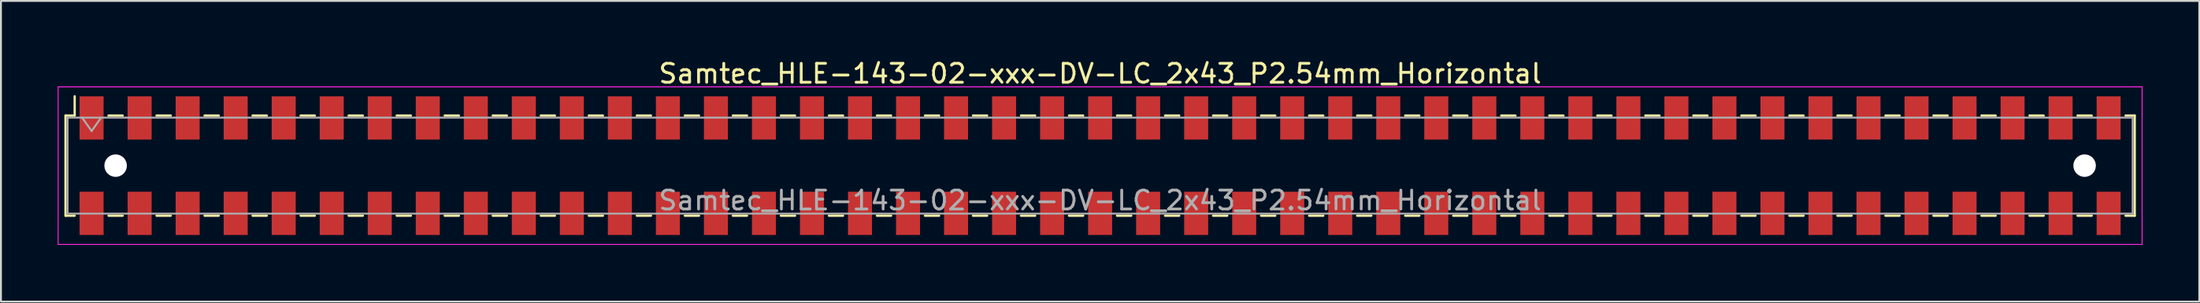
<source format=kicad_pcb>
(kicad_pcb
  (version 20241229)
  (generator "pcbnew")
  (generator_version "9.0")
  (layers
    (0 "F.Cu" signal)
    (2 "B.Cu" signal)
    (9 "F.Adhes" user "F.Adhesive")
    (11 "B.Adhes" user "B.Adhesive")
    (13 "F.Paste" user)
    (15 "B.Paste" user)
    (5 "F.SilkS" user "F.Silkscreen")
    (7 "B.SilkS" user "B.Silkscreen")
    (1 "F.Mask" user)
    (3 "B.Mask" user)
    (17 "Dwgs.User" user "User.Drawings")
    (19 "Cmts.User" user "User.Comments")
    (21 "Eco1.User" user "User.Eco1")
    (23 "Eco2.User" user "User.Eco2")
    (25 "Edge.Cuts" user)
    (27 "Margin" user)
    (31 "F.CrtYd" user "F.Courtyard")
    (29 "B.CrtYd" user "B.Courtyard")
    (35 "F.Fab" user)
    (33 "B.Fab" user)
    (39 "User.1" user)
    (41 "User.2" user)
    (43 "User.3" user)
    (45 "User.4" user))
  (footprint "Samtec_HLE-143-02-xxx-DV-LC_2x43_P2.54mm_Horizontal"
    (layer "F.Cu")
    (at 55.135 5.718)
    (property "Reference" "Samtec_HLE-143-02-xxx-DV-LC_2x43_P2.54mm_Horizontal" (at 0 -4.87 0) (layer "F.SilkS") (effects (font (size 1 1) (thickness 0.15))))
    (attr smd)
    (fp_line (start -54.72 -2.65) (end -54.72 2.65) (stroke (width 0.12) (type solid)) (layer "F.SilkS"))
    (fp_line (start -54.72 2.65) (end -54.235 2.65) (stroke (width 0.12) (type solid)) (layer "F.SilkS"))
    (fp_line (start -54.235 -3.67) (end -54.235 -2.65) (stroke (width 0.12) (type solid)) (layer "F.SilkS"))
    (fp_line (start -54.235 -2.65) (end -54.72 -2.65) (stroke (width 0.12) (type solid)) (layer "F.SilkS"))
    (fp_line (start -52.445 -2.65) (end -51.695 -2.65) (stroke (width 0.12) (type solid)) (layer "F.SilkS"))
    (fp_line (start -52.445 2.65) (end -51.695 2.65) (stroke (width 0.12) (type solid)) (layer "F.SilkS"))
    (fp_line (start -49.905 -2.65) (end -49.155 -2.65) (stroke (width 0.12) (type solid)) (layer "F.SilkS"))
    (fp_line (start -49.905 2.65) (end -49.155 2.65) (stroke (width 0.12) (type solid)) (layer "F.SilkS"))
    (fp_line (start -47.365 -2.65) (end -46.615 -2.65) (stroke (width 0.12) (type solid)) (layer "F.SilkS"))
    (fp_line (start -47.365 2.65) (end -46.615 2.65) (stroke (width 0.12) (type solid)) (layer "F.SilkS"))
    (fp_line (start -44.825 -2.65) (end -44.075 -2.65) (stroke (width 0.12) (type solid)) (layer "F.SilkS"))
    (fp_line (start -44.825 2.65) (end -44.075 2.65) (stroke (width 0.12) (type solid)) (layer "F.SilkS"))
    (fp_line (start -42.285 -2.65) (end -41.535 -2.65) (stroke (width 0.12) (type solid)) (layer "F.SilkS"))
    (fp_line (start -42.285 2.65) (end -41.535 2.65) (stroke (width 0.12) (type solid)) (layer "F.SilkS"))
    (fp_line (start -39.745 -2.65) (end -38.995 -2.65) (stroke (width 0.12) (type solid)) (layer "F.SilkS"))
    (fp_line (start -39.745 2.65) (end -38.995 2.65) (stroke (width 0.12) (type solid)) (layer "F.SilkS"))
    (fp_line (start -37.205 -2.65) (end -36.455 -2.65) (stroke (width 0.12) (type solid)) (layer "F.SilkS"))
    (fp_line (start -37.205 2.65) (end -36.455 2.65) (stroke (width 0.12) (type solid)) (layer "F.SilkS"))
    (fp_line (start -34.665 -2.65) (end -33.915 -2.65) (stroke (width 0.12) (type solid)) (layer "F.SilkS"))
    (fp_line (start -34.665 2.65) (end -33.915 2.65) (stroke (width 0.12) (type solid)) (layer "F.SilkS"))
    (fp_line (start -32.125 -2.65) (end -31.375 -2.65) (stroke (width 0.12) (type solid)) (layer "F.SilkS"))
    (fp_line (start -32.125 2.65) (end -31.375 2.65) (stroke (width 0.12) (type solid)) (layer "F.SilkS"))
    (fp_line (start -29.585 -2.65) (end -28.835 -2.65) (stroke (width 0.12) (type solid)) (layer "F.SilkS"))
    (fp_line (start -29.585 2.65) (end -28.835 2.65) (stroke (width 0.12) (type solid)) (layer "F.SilkS"))
    (fp_line (start -27.045 -2.65) (end -26.295 -2.65) (stroke (width 0.12) (type solid)) (layer "F.SilkS"))
    (fp_line (start -27.045 2.65) (end -26.295 2.65) (stroke (width 0.12) (type solid)) (layer "F.SilkS"))
    (fp_line (start -24.505 -2.65) (end -23.755 -2.65) (stroke (width 0.12) (type solid)) (layer "F.SilkS"))
    (fp_line (start -24.505 2.65) (end -23.755 2.65) (stroke (width 0.12) (type solid)) (layer "F.SilkS"))
    (fp_line (start -21.965 -2.65) (end -21.215 -2.65) (stroke (width 0.12) (type solid)) (layer "F.SilkS"))
    (fp_line (start -21.965 2.65) (end -21.215 2.65) (stroke (width 0.12) (type solid)) (layer "F.SilkS"))
    (fp_line (start -19.425 -2.65) (end -18.675 -2.65) (stroke (width 0.12) (type solid)) (layer "F.SilkS"))
    (fp_line (start -19.425 2.65) (end -18.675 2.65) (stroke (width 0.12) (type solid)) (layer "F.SilkS"))
    (fp_line (start -16.885 -2.65) (end -16.135 -2.65) (stroke (width 0.12) (type solid)) (layer "F.SilkS"))
    (fp_line (start -16.885 2.65) (end -16.135 2.65) (stroke (width 0.12) (type solid)) (layer "F.SilkS"))
    (fp_line (start -14.345 -2.65) (end -13.595 -2.65) (stroke (width 0.12) (type solid)) (layer "F.SilkS"))
    (fp_line (start -14.345 2.65) (end -13.595 2.65) (stroke (width 0.12) (type solid)) (layer "F.SilkS"))
    (fp_line (start -11.805 -2.65) (end -11.055 -2.65) (stroke (width 0.12) (type solid)) (layer "F.SilkS"))
    (fp_line (start -11.805 2.65) (end -11.055 2.65) (stroke (width 0.12) (type solid)) (layer "F.SilkS"))
    (fp_line (start -9.265 -2.65) (end -8.515 -2.65) (stroke (width 0.12) (type solid)) (layer "F.SilkS"))
    (fp_line (start -9.265 2.65) (end -8.515 2.65) (stroke (width 0.12) (type solid)) (layer "F.SilkS"))
    (fp_line (start -6.725 -2.65) (end -5.975 -2.65) (stroke (width 0.12) (type solid)) (layer "F.SilkS"))
    (fp_line (start -6.725 2.65) (end -5.975 2.65) (stroke (width 0.12) (type solid)) (layer "F.SilkS"))
    (fp_line (start -4.185 -2.65) (end -3.435 -2.65) (stroke (width 0.12) (type solid)) (layer "F.SilkS"))
    (fp_line (start -4.185 2.65) (end -3.435 2.65) (stroke (width 0.12) (type solid)) (layer "F.SilkS"))
    (fp_line (start -1.645 -2.65) (end -0.895 -2.65) (stroke (width 0.12) (type solid)) (layer "F.SilkS"))
    (fp_line (start -1.645 2.65) (end -0.895 2.65) (stroke (width 0.12) (type solid)) (layer "F.SilkS"))
    (fp_line (start 0.895 -2.65) (end 1.645 -2.65) (stroke (width 0.12) (type solid)) (layer "F.SilkS"))
    (fp_line (start 0.895 2.65) (end 1.645 2.65) (stroke (width 0.12) (type solid)) (layer "F.SilkS"))
    (fp_line (start 3.435 -2.65) (end 4.185 -2.65) (stroke (width 0.12) (type solid)) (layer "F.SilkS"))
    (fp_line (start 3.435 2.65) (end 4.185 2.65) (stroke (width 0.12) (type solid)) (layer "F.SilkS"))
    (fp_line (start 5.975 -2.65) (end 6.725 -2.65) (stroke (width 0.12) (type solid)) (layer "F.SilkS"))
    (fp_line (start 5.975 2.65) (end 6.725 2.65) (stroke (width 0.12) (type solid)) (layer "F.SilkS"))
    (fp_line (start 8.515 -2.65) (end 9.265 -2.65) (stroke (width 0.12) (type solid)) (layer "F.SilkS"))
    (fp_line (start 8.515 2.65) (end 9.265 2.65) (stroke (width 0.12) (type solid)) (layer "F.SilkS"))
    (fp_line (start 11.055 -2.65) (end 11.805 -2.65) (stroke (width 0.12) (type solid)) (layer "F.SilkS"))
    (fp_line (start 11.055 2.65) (end 11.805 2.65) (stroke (width 0.12) (type solid)) (layer "F.SilkS"))
    (fp_line (start 13.595 -2.65) (end 14.345 -2.65) (stroke (width 0.12) (type solid)) (layer "F.SilkS"))
    (fp_line (start 13.595 2.65) (end 14.345 2.65) (stroke (width 0.12) (type solid)) (layer "F.SilkS"))
    (fp_line (start 16.135 -2.65) (end 16.885 -2.65) (stroke (width 0.12) (type solid)) (layer "F.SilkS"))
    (fp_line (start 16.135 2.65) (end 16.885 2.65) (stroke (width 0.12) (type solid)) (layer "F.SilkS"))
    (fp_line (start 18.675 -2.65) (end 19.425 -2.65) (stroke (width 0.12) (type solid)) (layer "F.SilkS"))
    (fp_line (start 18.675 2.65) (end 19.425 2.65) (stroke (width 0.12) (type solid)) (layer "F.SilkS"))
    (fp_line (start 21.215 -2.65) (end 21.965 -2.65) (stroke (width 0.12) (type solid)) (layer "F.SilkS"))
    (fp_line (start 21.215 2.65) (end 21.965 2.65) (stroke (width 0.12) (type solid)) (layer "F.SilkS"))
    (fp_line (start 23.755 -2.65) (end 24.505 -2.65) (stroke (width 0.12) (type solid)) (layer "F.SilkS"))
    (fp_line (start 23.755 2.65) (end 24.505 2.65) (stroke (width 0.12) (type solid)) (layer "F.SilkS"))
    (fp_line (start 26.295 -2.65) (end 27.045 -2.65) (stroke (width 0.12) (type solid)) (layer "F.SilkS"))
    (fp_line (start 26.295 2.65) (end 27.045 2.65) (stroke (width 0.12) (type solid)) (layer "F.SilkS"))
    (fp_line (start 28.835 -2.65) (end 29.585 -2.65) (stroke (width 0.12) (type solid)) (layer "F.SilkS"))
    (fp_line (start 28.835 2.65) (end 29.585 2.65) (stroke (width 0.12) (type solid)) (layer "F.SilkS"))
    (fp_line (start 31.375 -2.65) (end 32.125 -2.65) (stroke (width 0.12) (type solid)) (layer "F.SilkS"))
    (fp_line (start 31.375 2.65) (end 32.125 2.65) (stroke (width 0.12) (type solid)) (layer "F.SilkS"))
    (fp_line (start 33.915 -2.65) (end 34.665 -2.65) (stroke (width 0.12) (type solid)) (layer "F.SilkS"))
    (fp_line (start 33.915 2.65) (end 34.665 2.65) (stroke (width 0.12) (type solid)) (layer "F.SilkS"))
    (fp_line (start 36.455 -2.65) (end 37.205 -2.65) (stroke (width 0.12) (type solid)) (layer "F.SilkS"))
    (fp_line (start 36.455 2.65) (end 37.205 2.65) (stroke (width 0.12) (type solid)) (layer "F.SilkS"))
    (fp_line (start 38.995 -2.65) (end 39.745 -2.65) (stroke (width 0.12) (type solid)) (layer "F.SilkS"))
    (fp_line (start 38.995 2.65) (end 39.745 2.65) (stroke (width 0.12) (type solid)) (layer "F.SilkS"))
    (fp_line (start 41.535 -2.65) (end 42.285 -2.65) (stroke (width 0.12) (type solid)) (layer "F.SilkS"))
    (fp_line (start 41.535 2.65) (end 42.285 2.65) (stroke (width 0.12) (type solid)) (layer "F.SilkS"))
    (fp_line (start 44.075 -2.65) (end 44.825 -2.65) (stroke (width 0.12) (type solid)) (layer "F.SilkS"))
    (fp_line (start 44.075 2.65) (end 44.825 2.65) (stroke (width 0.12) (type solid)) (layer "F.SilkS"))
    (fp_line (start 46.615 -2.65) (end 47.365 -2.65) (stroke (width 0.12) (type solid)) (layer "F.SilkS"))
    (fp_line (start 46.615 2.65) (end 47.365 2.65) (stroke (width 0.12) (type solid)) (layer "F.SilkS"))
    (fp_line (start 49.155 -2.65) (end 49.905 -2.65) (stroke (width 0.12) (type solid)) (layer "F.SilkS"))
    (fp_line (start 49.155 2.65) (end 49.905 2.65) (stroke (width 0.12) (type solid)) (layer "F.SilkS"))
    (fp_line (start 51.695 -2.65) (end 52.445 -2.65) (stroke (width 0.12) (type solid)) (layer "F.SilkS"))
    (fp_line (start 51.695 2.65) (end 52.445 2.65) (stroke (width 0.12) (type solid)) (layer "F.SilkS"))
    (fp_line (start 54.235 -2.65) (end 54.72 -2.65) (stroke (width 0.12) (type solid)) (layer "F.SilkS"))
    (fp_line (start 54.72 -2.65) (end 54.72 2.65) (stroke (width 0.12) (type solid)) (layer "F.SilkS"))
    (fp_line (start 54.72 2.65) (end 54.235 2.65) (stroke (width 0.12) (type solid)) (layer "F.SilkS"))
    (fp_line (start -55.11 -4.17) (end 55.11 -4.17) (stroke (width 0.05) (type solid)) (layer "F.CrtYd"))
    (fp_line (start -55.11 4.17) (end -55.11 -4.17) (stroke (width 0.05) (type solid)) (layer "F.CrtYd"))
    (fp_line (start 55.11 -4.17) (end 55.11 4.17) (stroke (width 0.05) (type solid)) (layer "F.CrtYd"))
    (fp_line (start 55.11 4.17) (end -55.11 4.17) (stroke (width 0.05) (type solid)) (layer "F.CrtYd"))
    (fp_line (start -54.61 -2.54) (end 54.61 -2.54) (stroke (width 0.1) (type solid)) (layer "F.Fab"))
    (fp_line (start -54.61 2.54) (end -54.61 -2.54) (stroke (width 0.1) (type solid)) (layer "F.Fab"))
    (fp_line (start -53.84 -2.54) (end -53.34 -1.833) (stroke (width 0.1) (type solid)) (layer "F.Fab"))
    (fp_line (start -53.34 -1.833) (end -52.84 -2.54) (stroke (width 0.1) (type solid)) (layer "F.Fab"))
    (fp_line (start 54.61 -2.54) (end 54.61 2.54) (stroke (width 0.1) (type solid)) (layer "F.Fab"))
    (fp_line (start 54.61 2.54) (end -54.61 2.54) (stroke (width 0.1) (type solid)) (layer "F.Fab"))
    (fp_text user "${REFERENCE}" (at 0 1.84 0) (layer "F.Fab") (effects (font (size 1 1) (thickness 0.15))))
    (pad "" np_thru_hole circle (at -52.07 0) (size 1.19 1.19) (drill 1.19) (layers "*.Cu" "*.Mask"))
    (pad "" np_thru_hole circle (at 52.07 0) (size 1.19 1.19) (drill 1.19) (layers "*.Cu" "*.Mask"))
    (pad "1" smd rect (at -53.34 -2.525) (size 1.27 2.29) (layers "F.Cu" "F.Mask" "F.Paste"))
    (pad "2" smd rect (at -53.34 2.525) (size 1.27 2.29) (layers "F.Cu" "F.Mask" "F.Paste"))
    (pad "3" smd rect (at -50.8 -2.525) (size 1.27 2.29) (layers "F.Cu" "F.Mask" "F.Paste"))
    (pad "4" smd rect (at -50.8 2.525) (size 1.27 2.29) (layers "F.Cu" "F.Mask" "F.Paste"))
    (pad "5" smd rect (at -48.26 -2.525) (size 1.27 2.29) (layers "F.Cu" "F.Mask" "F.Paste"))
    (pad "6" smd rect (at -48.26 2.525) (size 1.27 2.29) (layers "F.Cu" "F.Mask" "F.Paste"))
    (pad "7" smd rect (at -45.72 -2.525) (size 1.27 2.29) (layers "F.Cu" "F.Mask" "F.Paste"))
    (pad "8" smd rect (at -45.72 2.525) (size 1.27 2.29) (layers "F.Cu" "F.Mask" "F.Paste"))
    (pad "9" smd rect (at -43.18 -2.525) (size 1.27 2.29) (layers "F.Cu" "F.Mask" "F.Paste"))
    (pad "10" smd rect (at -43.18 2.525) (size 1.27 2.29) (layers "F.Cu" "F.Mask" "F.Paste"))
    (pad "11" smd rect (at -40.64 -2.525) (size 1.27 2.29) (layers "F.Cu" "F.Mask" "F.Paste"))
    (pad "12" smd rect (at -40.64 2.525) (size 1.27 2.29) (layers "F.Cu" "F.Mask" "F.Paste"))
    (pad "13" smd rect (at -38.1 -2.525) (size 1.27 2.29) (layers "F.Cu" "F.Mask" "F.Paste"))
    (pad "14" smd rect (at -38.1 2.525) (size 1.27 2.29) (layers "F.Cu" "F.Mask" "F.Paste"))
    (pad "15" smd rect (at -35.56 -2.525) (size 1.27 2.29) (layers "F.Cu" "F.Mask" "F.Paste"))
    (pad "16" smd rect (at -35.56 2.525) (size 1.27 2.29) (layers "F.Cu" "F.Mask" "F.Paste"))
    (pad "17" smd rect (at -33.02 -2.525) (size 1.27 2.29) (layers "F.Cu" "F.Mask" "F.Paste"))
    (pad "18" smd rect (at -33.02 2.525) (size 1.27 2.29) (layers "F.Cu" "F.Mask" "F.Paste"))
    (pad "19" smd rect (at -30.48 -2.525) (size 1.27 2.29) (layers "F.Cu" "F.Mask" "F.Paste"))
    (pad "20" smd rect (at -30.48 2.525) (size 1.27 2.29) (layers "F.Cu" "F.Mask" "F.Paste"))
    (pad "21" smd rect (at -27.94 -2.525) (size 1.27 2.29) (layers "F.Cu" "F.Mask" "F.Paste"))
    (pad "22" smd rect (at -27.94 2.525) (size 1.27 2.29) (layers "F.Cu" "F.Mask" "F.Paste"))
    (pad "23" smd rect (at -25.4 -2.525) (size 1.27 2.29) (layers "F.Cu" "F.Mask" "F.Paste"))
    (pad "24" smd rect (at -25.4 2.525) (size 1.27 2.29) (layers "F.Cu" "F.Mask" "F.Paste"))
    (pad "25" smd rect (at -22.86 -2.525) (size 1.27 2.29) (layers "F.Cu" "F.Mask" "F.Paste"))
    (pad "26" smd rect (at -22.86 2.525) (size 1.27 2.29) (layers "F.Cu" "F.Mask" "F.Paste"))
    (pad "27" smd rect (at -20.32 -2.525) (size 1.27 2.29) (layers "F.Cu" "F.Mask" "F.Paste"))
    (pad "28" smd rect (at -20.32 2.525) (size 1.27 2.29) (layers "F.Cu" "F.Mask" "F.Paste"))
    (pad "29" smd rect (at -17.78 -2.525) (size 1.27 2.29) (layers "F.Cu" "F.Mask" "F.Paste"))
    (pad "30" smd rect (at -17.78 2.525) (size 1.27 2.29) (layers "F.Cu" "F.Mask" "F.Paste"))
    (pad "31" smd rect (at -15.24 -2.525) (size 1.27 2.29) (layers "F.Cu" "F.Mask" "F.Paste"))
    (pad "32" smd rect (at -15.24 2.525) (size 1.27 2.29) (layers "F.Cu" "F.Mask" "F.Paste"))
    (pad "33" smd rect (at -12.7 -2.525) (size 1.27 2.29) (layers "F.Cu" "F.Mask" "F.Paste"))
    (pad "34" smd rect (at -12.7 2.525) (size 1.27 2.29) (layers "F.Cu" "F.Mask" "F.Paste"))
    (pad "35" smd rect (at -10.16 -2.525) (size 1.27 2.29) (layers "F.Cu" "F.Mask" "F.Paste"))
    (pad "36" smd rect (at -10.16 2.525) (size 1.27 2.29) (layers "F.Cu" "F.Mask" "F.Paste"))
    (pad "37" smd rect (at -7.62 -2.525) (size 1.27 2.29) (layers "F.Cu" "F.Mask" "F.Paste"))
    (pad "38" smd rect (at -7.62 2.525) (size 1.27 2.29) (layers "F.Cu" "F.Mask" "F.Paste"))
    (pad "39" smd rect (at -5.08 -2.525) (size 1.27 2.29) (layers "F.Cu" "F.Mask" "F.Paste"))
    (pad "40" smd rect (at -5.08 2.525) (size 1.27 2.29) (layers "F.Cu" "F.Mask" "F.Paste"))
    (pad "41" smd rect (at -2.54 -2.525) (size 1.27 2.29) (layers "F.Cu" "F.Mask" "F.Paste"))
    (pad "42" smd rect (at -2.54 2.525) (size 1.27 2.29) (layers "F.Cu" "F.Mask" "F.Paste"))
    (pad "43" smd rect (at 0 -2.525) (size 1.27 2.29) (layers "F.Cu" "F.Mask" "F.Paste"))
    (pad "44" smd rect (at 0 2.525) (size 1.27 2.29) (layers "F.Cu" "F.Mask" "F.Paste"))
    (pad "45" smd rect (at 2.54 -2.525) (size 1.27 2.29) (layers "F.Cu" "F.Mask" "F.Paste"))
    (pad "46" smd rect (at 2.54 2.525) (size 1.27 2.29) (layers "F.Cu" "F.Mask" "F.Paste"))
    (pad "47" smd rect (at 5.08 -2.525) (size 1.27 2.29) (layers "F.Cu" "F.Mask" "F.Paste"))
    (pad "48" smd rect (at 5.08 2.525) (size 1.27 2.29) (layers "F.Cu" "F.Mask" "F.Paste"))
    (pad "49" smd rect (at 7.62 -2.525) (size 1.27 2.29) (layers "F.Cu" "F.Mask" "F.Paste"))
    (pad "50" smd rect (at 7.62 2.525) (size 1.27 2.29) (layers "F.Cu" "F.Mask" "F.Paste"))
    (pad "51" smd rect (at 10.16 -2.525) (size 1.27 2.29) (layers "F.Cu" "F.Mask" "F.Paste"))
    (pad "52" smd rect (at 10.16 2.525) (size 1.27 2.29) (layers "F.Cu" "F.Mask" "F.Paste"))
    (pad "53" smd rect (at 12.7 -2.525) (size 1.27 2.29) (layers "F.Cu" "F.Mask" "F.Paste"))
    (pad "54" smd rect (at 12.7 2.525) (size 1.27 2.29) (layers "F.Cu" "F.Mask" "F.Paste"))
    (pad "55" smd rect (at 15.24 -2.525) (size 1.27 2.29) (layers "F.Cu" "F.Mask" "F.Paste"))
    (pad "56" smd rect (at 15.24 2.525) (size 1.27 2.29) (layers "F.Cu" "F.Mask" "F.Paste"))
    (pad "57" smd rect (at 17.78 -2.525) (size 1.27 2.29) (layers "F.Cu" "F.Mask" "F.Paste"))
    (pad "58" smd rect (at 17.78 2.525) (size 1.27 2.29) (layers "F.Cu" "F.Mask" "F.Paste"))
    (pad "59" smd rect (at 20.32 -2.525) (size 1.27 2.29) (layers "F.Cu" "F.Mask" "F.Paste"))
    (pad "60" smd rect (at 20.32 2.525) (size 1.27 2.29) (layers "F.Cu" "F.Mask" "F.Paste"))
    (pad "61" smd rect (at 22.86 -2.525) (size 1.27 2.29) (layers "F.Cu" "F.Mask" "F.Paste"))
    (pad "62" smd rect (at 22.86 2.525) (size 1.27 2.29) (layers "F.Cu" "F.Mask" "F.Paste"))
    (pad "63" smd rect (at 25.4 -2.525) (size 1.27 2.29) (layers "F.Cu" "F.Mask" "F.Paste"))
    (pad "64" smd rect (at 25.4 2.525) (size 1.27 2.29) (layers "F.Cu" "F.Mask" "F.Paste"))
    (pad "65" smd rect (at 27.94 -2.525) (size 1.27 2.29) (layers "F.Cu" "F.Mask" "F.Paste"))
    (pad "66" smd rect (at 27.94 2.525) (size 1.27 2.29) (layers "F.Cu" "F.Mask" "F.Paste"))
    (pad "67" smd rect (at 30.48 -2.525) (size 1.27 2.29) (layers "F.Cu" "F.Mask" "F.Paste"))
    (pad "68" smd rect (at 30.48 2.525) (size 1.27 2.29) (layers "F.Cu" "F.Mask" "F.Paste"))
    (pad "69" smd rect (at 33.02 -2.525) (size 1.27 2.29) (layers "F.Cu" "F.Mask" "F.Paste"))
    (pad "70" smd rect (at 33.02 2.525) (size 1.27 2.29) (layers "F.Cu" "F.Mask" "F.Paste"))
    (pad "71" smd rect (at 35.56 -2.525) (size 1.27 2.29) (layers "F.Cu" "F.Mask" "F.Paste"))
    (pad "72" smd rect (at 35.56 2.525) (size 1.27 2.29) (layers "F.Cu" "F.Mask" "F.Paste"))
    (pad "73" smd rect (at 38.1 -2.525) (size 1.27 2.29) (layers "F.Cu" "F.Mask" "F.Paste"))
    (pad "74" smd rect (at 38.1 2.525) (size 1.27 2.29) (layers "F.Cu" "F.Mask" "F.Paste"))
    (pad "75" smd rect (at 40.64 -2.525) (size 1.27 2.29) (layers "F.Cu" "F.Mask" "F.Paste"))
    (pad "76" smd rect (at 40.64 2.525) (size 1.27 2.29) (layers "F.Cu" "F.Mask" "F.Paste"))
    (pad "77" smd rect (at 43.18 -2.525) (size 1.27 2.29) (layers "F.Cu" "F.Mask" "F.Paste"))
    (pad "78" smd rect (at 43.18 2.525) (size 1.27 2.29) (layers "F.Cu" "F.Mask" "F.Paste"))
    (pad "79" smd rect (at 45.72 -2.525) (size 1.27 2.29) (layers "F.Cu" "F.Mask" "F.Paste"))
    (pad "80" smd rect (at 45.72 2.525) (size 1.27 2.29) (layers "F.Cu" "F.Mask" "F.Paste"))
    (pad "81" smd rect (at 48.26 -2.525) (size 1.27 2.29) (layers "F.Cu" "F.Mask" "F.Paste"))
    (pad "82" smd rect (at 48.26 2.525) (size 1.27 2.29) (layers "F.Cu" "F.Mask" "F.Paste"))
    (pad "83" smd rect (at 50.8 -2.525) (size 1.27 2.29) (layers "F.Cu" "F.Mask" "F.Paste"))
    (pad "84" smd rect (at 50.8 2.525) (size 1.27 2.29) (layers "F.Cu" "F.Mask" "F.Paste"))
    (pad "85" smd rect (at 53.34 -2.525) (size 1.27 2.29) (layers "F.Cu" "F.Mask" "F.Paste"))
    (pad "86" smd rect (at 53.34 2.525) (size 1.27 2.29) (layers "F.Cu" "F.Mask" "F.Paste")))
  (gr_rect
    (start -3 -3)
    (end 113.27 12.913)
    (stroke (width 0.1) (type default))
    (fill no)
    (layer "Edge.Cuts")))
</source>
